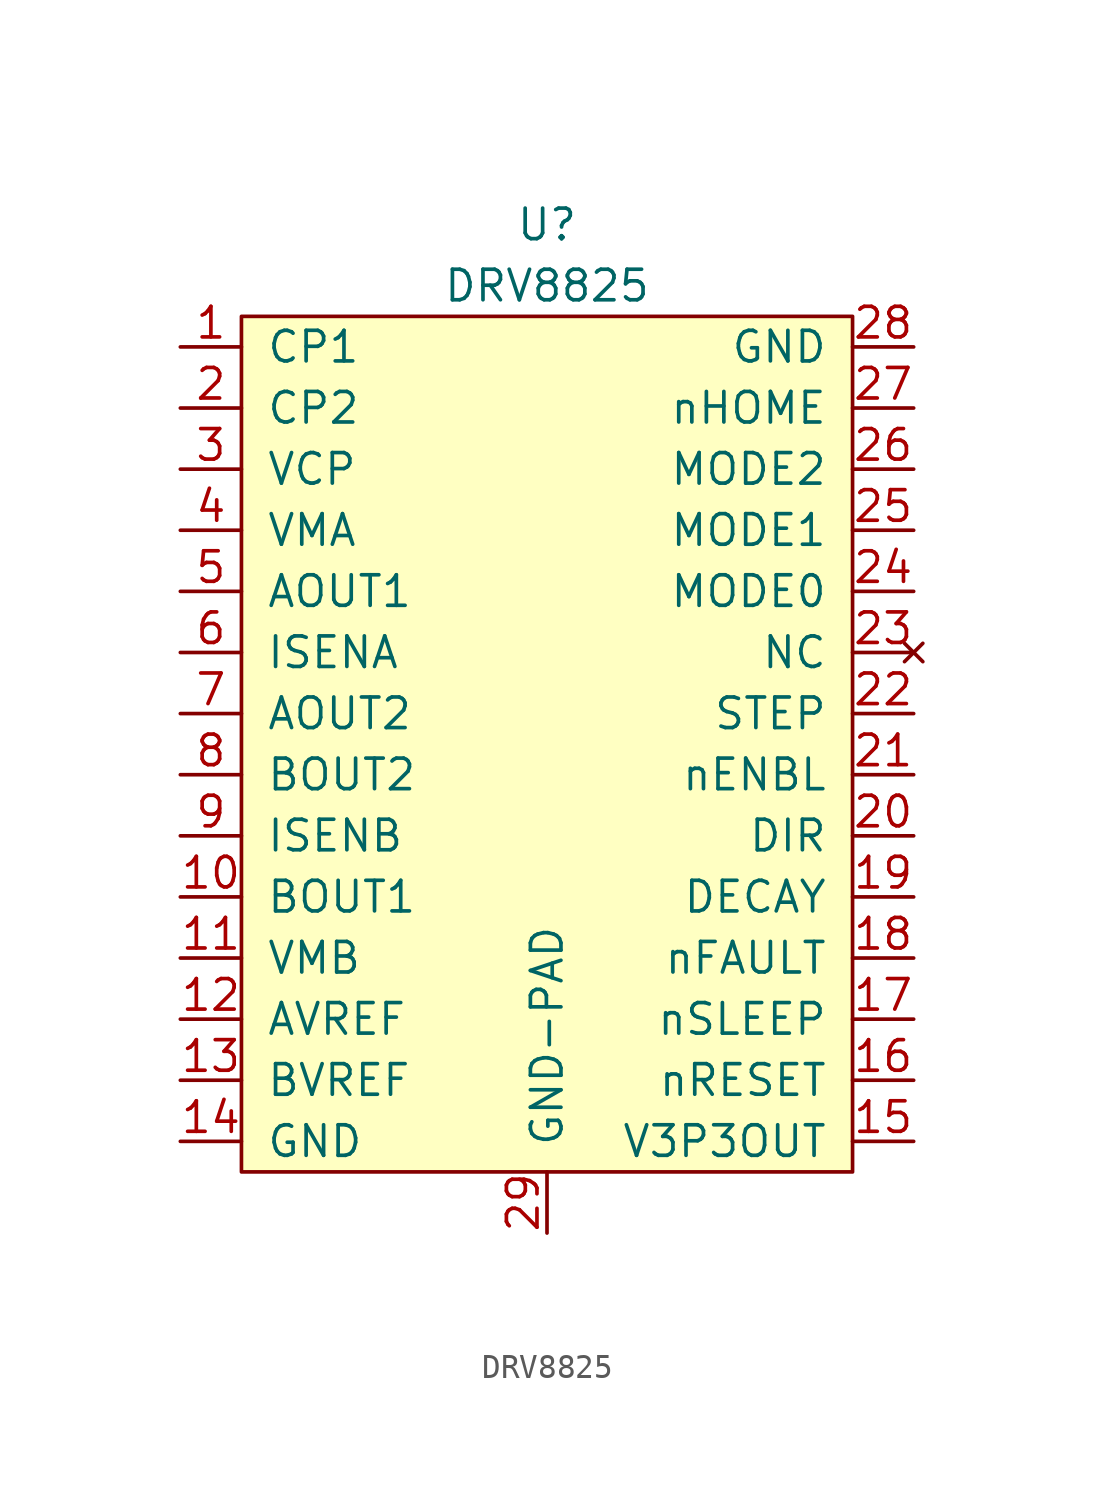
<source format=kicad_sym>
(kicad_symbol_lib
  (version 20211014)
  (generator kicad_symbol_editor)
  (symbol "DRV8825"
    (pin_names
      (offset 1.016))
    (property "Reference" "U"
      (at 0 21.59 0)
      (effects (font (size 1.27 1.27))))
    (property "Value" "DRV8825"
      (at 0 19.05 0)
      (effects (font (size 1.27 1.27))))
    (symbol "DRV8825_0_1"
      (rectangle (start -12.7 17.78) (end 12.7 -17.78) (stroke (width 0) (type default) (color 0 0 0 0)) (fill (type background))))
    (symbol "DRV8825_1_1"
      (pin bidirectional line (at -15.24 16.51 0) (length 2.54) (name "CP1" (effects (font (size 1.27 1.27)))) (number "1" (effects (font (size 1.27 1.27)))))
      (pin output line (at -15.24 -6.35 0) (length 2.54) (name "BOUT1" (effects (font (size 1.27 1.27)))) (number "10" (effects (font (size 1.27 1.27)))))
      (pin power_in line (at -15.24 -8.89 0) (length 2.54) (name "VMB" (effects (font (size 1.27 1.27)))) (number "11" (effects (font (size 1.27 1.27)))))
      (pin input line (at -15.24 -11.43 0) (length 2.54) (name "AVREF" (effects (font (size 1.27 1.27)))) (number "12" (effects (font (size 1.27 1.27)))))
      (pin input line (at -15.24 -13.97 0) (length 2.54) (name "BVREF" (effects (font (size 1.27 1.27)))) (number "13" (effects (font (size 1.27 1.27)))))
      (pin power_in line (at -15.24 -16.51 0) (length 2.54) (name "GND" (effects (font (size 1.27 1.27)))) (number "14" (effects (font (size 1.27 1.27)))))
      (pin power_in line (at 15.24 -16.51 180) (length 2.54) (name "V3P3OUT" (effects (font (size 1.27 1.27)))) (number "15" (effects (font (size 1.27 1.27)))))
      (pin input line (at 15.24 -13.97 180) (length 2.54) (name "nRESET" (effects (font (size 1.27 1.27)))) (number "16" (effects (font (size 1.27 1.27)))))
      (pin input line (at 15.24 -11.43 180) (length 2.54) (name "nSLEEP" (effects (font (size 1.27 1.27)))) (number "17" (effects (font (size 1.27 1.27)))))
      (pin output line (at 15.24 -8.89 180) (length 2.54) (name "nFAULT" (effects (font (size 1.27 1.27)))) (number "18" (effects (font (size 1.27 1.27)))))
      (pin input line (at 15.24 -6.35 180) (length 2.54) (name "DECAY" (effects (font (size 1.27 1.27)))) (number "19" (effects (font (size 1.27 1.27)))))
      (pin bidirectional line (at -15.24 13.97 0) (length 2.54) (name "CP2" (effects (font (size 1.27 1.27)))) (number "2" (effects (font (size 1.27 1.27)))))
      (pin input line (at 15.24 -3.81 180) (length 2.54) (name "DIR" (effects (font (size 1.27 1.27)))) (number "20" (effects (font (size 1.27 1.27)))))
      (pin input line (at 15.24 -1.27 180) (length 2.54) (name "nENBL" (effects (font (size 1.27 1.27)))) (number "21" (effects (font (size 1.27 1.27)))))
      (pin input line (at 15.24 1.27 180) (length 2.54) (name "STEP" (effects (font (size 1.27 1.27)))) (number "22" (effects (font (size 1.27 1.27)))))
      (pin no_connect line (at 15.24 3.81 180) (length 2.54) (name "NC" (effects (font (size 1.27 1.27)))) (number "23" (effects (font (size 1.27 1.27)))))
      (pin input line (at 15.24 6.35 180) (length 2.54) (name "MODE0" (effects (font (size 1.27 1.27)))) (number "24" (effects (font (size 1.27 1.27)))))
      (pin input line (at 15.24 8.89 180) (length 2.54) (name "MODE1" (effects (font (size 1.27 1.27)))) (number "25" (effects (font (size 1.27 1.27)))))
      (pin input line (at 15.24 11.43 180) (length 2.54) (name "MODE2" (effects (font (size 1.27 1.27)))) (number "26" (effects (font (size 1.27 1.27)))))
      (pin output line (at 15.24 13.97 180) (length 2.54) (name "nHOME" (effects (font (size 1.27 1.27)))) (number "27" (effects (font (size 1.27 1.27)))))
      (pin power_in line (at 15.24 16.51 180) (length 2.54) (name "GND" (effects (font (size 1.27 1.27)))) (number "28" (effects (font (size 1.27 1.27)))))
      (pin power_in line (at 0 -20.32 90) (length 2.54) (name "GND-PAD" (effects (font (size 1.27 1.27)))) (number "29" (effects (font (size 1.27 1.27)))))
      (pin bidirectional line (at -15.24 11.43 0) (length 2.54) (name "VCP" (effects (font (size 1.27 1.27)))) (number "3" (effects (font (size 1.27 1.27)))))
      (pin power_in line (at -15.24 8.89 0) (length 2.54) (name "VMA" (effects (font (size 1.27 1.27)))) (number "4" (effects (font (size 1.27 1.27)))))
      (pin output line (at -15.24 6.35 0) (length 2.54) (name "AOUT1" (effects (font (size 1.27 1.27)))) (number "5" (effects (font (size 1.27 1.27)))))
      (pin input line (at -15.24 3.81 0) (length 2.54) (name "ISENA" (effects (font (size 1.27 1.27)))) (number "6" (effects (font (size 1.27 1.27)))))
      (pin output line (at -15.24 1.27 0) (length 2.54) (name "AOUT2" (effects (font (size 1.27 1.27)))) (number "7" (effects (font (size 1.27 1.27)))))
      (pin output line (at -15.24 -1.27 0) (length 2.54) (name "BOUT2" (effects (font (size 1.27 1.27)))) (number "8" (effects (font (size 1.27 1.27)))))
      (pin output line (at -15.24 -3.81 0) (length 2.54) (name "ISENB" (effects (font (size 1.27 1.27)))) (number "9" (effects (font (size 1.27 1.27))))))))
</source>
